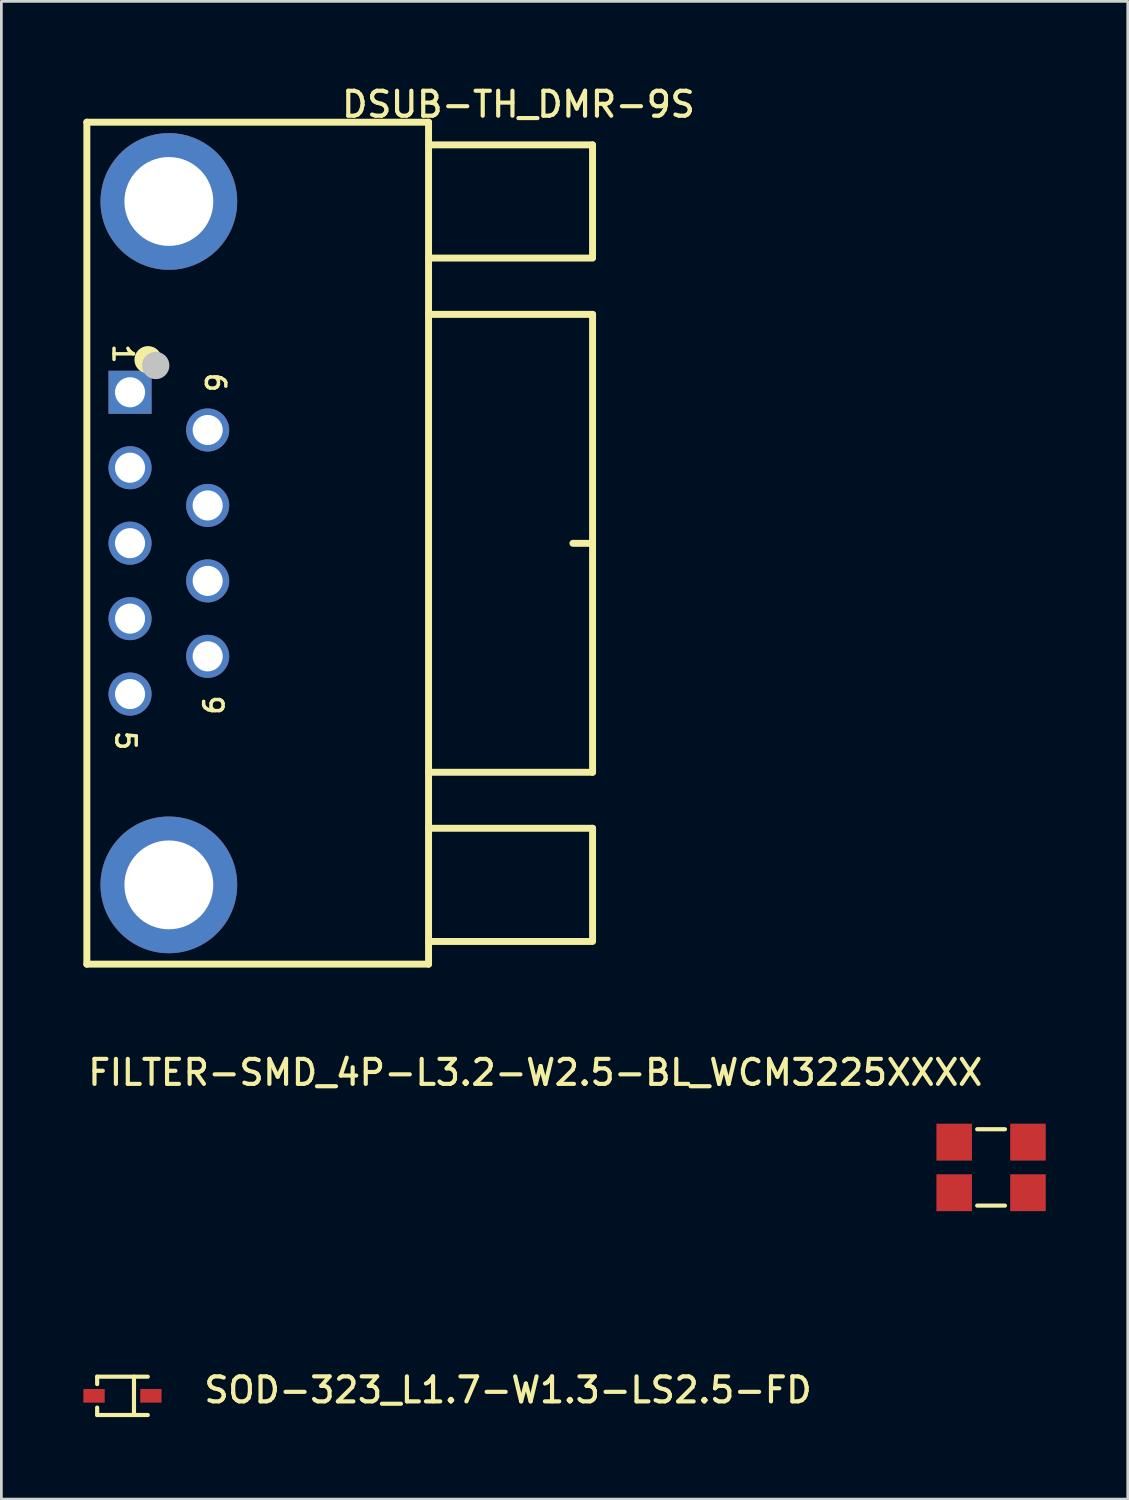
<source format=kicad_pcb>
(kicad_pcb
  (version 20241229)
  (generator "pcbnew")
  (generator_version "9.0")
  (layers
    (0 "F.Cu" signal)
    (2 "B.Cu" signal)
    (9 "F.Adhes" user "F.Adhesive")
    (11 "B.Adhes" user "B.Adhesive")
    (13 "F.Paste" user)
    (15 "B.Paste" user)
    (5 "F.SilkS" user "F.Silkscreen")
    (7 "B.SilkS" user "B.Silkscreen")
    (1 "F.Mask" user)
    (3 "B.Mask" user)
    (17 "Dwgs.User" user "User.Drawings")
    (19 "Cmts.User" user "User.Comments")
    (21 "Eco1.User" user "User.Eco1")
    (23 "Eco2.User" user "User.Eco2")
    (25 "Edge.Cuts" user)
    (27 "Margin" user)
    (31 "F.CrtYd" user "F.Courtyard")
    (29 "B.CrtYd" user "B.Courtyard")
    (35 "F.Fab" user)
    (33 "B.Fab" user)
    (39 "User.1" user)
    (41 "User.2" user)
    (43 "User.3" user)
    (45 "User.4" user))
  (footprint "DSUB-TH_DMR-9S"
    (layer "F.Cu")
    (at 3.127 16.82)
    (property "Reference" "DSUB-TH_DMR-9S" (at 6.246 -16.587 0) (layer "F.SilkS") (effects (font (size 0.914 0.914) (thickness 0.152)) (justify left top)))
    (fp_line (start -3 -15.4) (end 9.5 -15.4) (stroke (width 0.254) (type default)) (layer "F.SilkS"))
    (fp_line (start -3 15.4) (end -3 -15.4) (stroke (width 0.254) (type default)) (layer "F.SilkS"))
    (fp_line (start 9.5 -14.57) (end 15.499 -14.57) (stroke (width 0.254) (type default)) (layer "F.SilkS"))
    (fp_line (start 9.5 -15.4) (end 9.5 15.4) (stroke (width 0.254) (type default)) (layer "F.SilkS"))
    (fp_line (start 9.5 -10.43) (end 15.5 -10.43) (stroke (width 0.254) (type default)) (layer "F.SilkS"))
    (fp_line (start 9.5 -8.37) (end 15.5 -8.37) (stroke (width 0.254) (type default)) (layer "F.SilkS"))
    (fp_line (start 9.5 14.57) (end 15.5 14.57) (stroke (width 0.254) (type default)) (layer "F.SilkS"))
    (fp_line (start 9.5 15.4) (end -3 15.4) (stroke (width 0.254) (type default)) (layer "F.SilkS"))
    (fp_line (start 14.78 0.005) (end 15.48 0.005) (stroke (width 0.254) (type default)) (layer "F.SilkS"))
    (fp_line (start 15.499 -14.57) (end 15.499 -10.46) (stroke (width 0.254) (type default)) (layer "F.SilkS"))
    (fp_line (start 15.5 -8.37) (end 15.5 8.38) (stroke (width 0.254) (type default)) (layer "F.SilkS"))
    (fp_line (start 15.5 8.38) (end 9.5 8.38) (stroke (width 0.254) (type default)) (layer "F.SilkS"))
    (fp_line (start 15.5 10.43) (end 9.5 10.43) (stroke (width 0.254) (type default)) (layer "F.SilkS"))
    (fp_line (start 15.5 14.54) (end 15.5 10.43) (stroke (width 0.254) (type default)) (layer "F.SilkS"))
    (fp_circle (center -0.76 -6.71) (end -1.01 -6.71) (stroke (width 0.5) (type default)) (fill no) (layer "F.SilkS"))
    (fp_circle (center -0.48 -6.5) (end -0.73 -6.5) (stroke (width 0.5) (type default)) (fill no) (layer "Dwgs.User"))
    (fp_circle (center -1.42 -5.52) (end -1.57 -5.52) (stroke (width 0.3) (type default)) (fill no) (layer "User.4"))
    (fp_circle (center -1.42 -2.76) (end -1.57 -2.76) (stroke (width 0.3) (type default)) (fill no) (layer "User.4"))
    (fp_circle (center -1.42 0) (end -1.57 0) (stroke (width 0.3) (type default)) (fill no) (layer "User.4"))
    (fp_circle (center -1.42 2.76) (end -1.57 2.76) (stroke (width 0.3) (type default)) (fill no) (layer "User.4"))
    (fp_circle (center -1.42 5.52) (end -1.57 5.52) (stroke (width 0.3) (type default)) (fill no) (layer "User.4"))
    (fp_circle (center 1.42 -4.14) (end 1.27 -4.14) (stroke (width 0.3) (type default)) (fill no) (layer "User.4"))
    (fp_circle (center 1.42 -1.38) (end 1.27 -1.38) (stroke (width 0.3) (type default)) (fill no) (layer "User.4"))
    (fp_circle (center 1.42 1.38) (end 1.27 1.38) (stroke (width 0.3) (type default)) (fill no) (layer "User.4"))
    (fp_circle (center 1.42 4.14) (end 1.27 4.14) (stroke (width 0.3) (type default)) (fill no) (layer "User.4"))
    (fp_circle (center -2.75 -15.41) (end -2.78 -15.41) (stroke (width 0.06) (type default)) (fill no) (layer "User.5"))
    (fp_text user "9" (at 2.011 5.5 270) (unlocked yes) (layer "F.SilkS") (effects (font (size 0.711 0.711) (thickness 0.127)) (justify left top)))
    (fp_text user "1" (at -1.268 -7.349 270) (unlocked yes) (layer "F.SilkS") (effects (font (size 0.711 0.711) (thickness 0.127)) (justify left top)))
    (fp_text user "5" (at -1.166 6.799 270) (unlocked yes) (layer "F.SilkS") (effects (font (size 0.711 0.711) (thickness 0.127)) (justify left top)))
    (fp_text user "6" (at 2.111 -6.3 270) (unlocked yes) (layer "F.SilkS") (effects (font (size 0.711 0.711) (thickness 0.127)) (justify left top)))
    (pad "1" thru_hole rect (at -1.42 -5.52 90) (size 1.575 1.575) (drill 1.1) (layers "*.Cu" "*.Mask"))
    (pad "2" thru_hole oval (at -1.42 -2.76 90) (size 1.575 1.575) (drill 1.1) (layers "*.Cu" "*.Mask"))
    (pad "3" thru_hole oval (at -1.42 0 90) (size 1.575 1.575) (drill 1.1) (layers "*.Cu" "*.Mask"))
    (pad "4" thru_hole oval (at -1.42 2.76 90) (size 1.575 1.575) (drill 1.1) (layers "*.Cu" "*.Mask"))
    (pad "5" thru_hole oval (at -1.42 5.52 90) (size 1.575 1.575) (drill 1.1) (layers "*.Cu" "*.Mask"))
    (pad "6" thru_hole oval (at 1.42 -4.14 90) (size 1.575 1.575) (drill 1.1) (layers "*.Cu" "*.Mask"))
    (pad "7" thru_hole oval (at 1.42 -1.38 90) (size 1.575 1.575) (drill 1.1) (layers "*.Cu" "*.Mask"))
    (pad "8" thru_hole oval (at 1.42 1.38 90) (size 1.575 1.575) (drill 1.1) (layers "*.Cu" "*.Mask"))
    (pad "9" thru_hole oval (at 1.42 4.14 90) (size 1.575 1.575) (drill 1.1) (layers "*.Cu" "*.Mask"))
    (pad "10" thru_hole oval (at -0.0003 -12.5 90) (size 5 5) (drill 3.25) (layers "*.Cu" "*.Mask"))
    (pad "11" thru_hole oval (at -0.0003 12.5 90) (size 5 5) (drill 3.25) (layers "*.Cu" "*.Mask"))
    (zone (net_name "") (layer "User.3") (hatch edge 0.5) (priority 100) (connect_pads yes) (min_thickness 0) (filled_areas_thickness no) (fill yes) (polygon (pts (xy 0.117 32.19) (xy 17.217 32.19) (xy 17.217 27.11) (xy 16.847 26.6) (xy 12.427 26.57) (arc (start 12.427 25.959772) (mid 12.447224 25.858137) (end 12.5048 25.771972)) (arc (start 12.677 25.599772) (mid 12.754538 25.547963) (end 12.846 25.529772)) (xy 13.127 25.53) (arc (start 18.357 24.959772) (mid 18.477124 24.935878) (end 18.5789 24.867772)) (xy 18.617 24.83) (xy 18.627 24.806) (xy 18.627 24.63) (arc (start 18.627 8.908772) (mid 18.608813 8.817305) (end 18.557 8.739772)) (arc (start 18.557 8.739772) (mid 18.446204 8.665716) (end 18.3155 8.639772)) (xy 18.257 8.64) (arc (start 12.827 8.079772) (mid 12.73462 8.061397) (end 12.6563 8.009072)) (xy 12.507 7.86) (arc (start 12.4848 7.837572) (mid 12.427227 7.751409) (end 12.407 7.649772)) (xy 12.407 7.03) (xy 12.431 7.04) (xy 16.857 7.04) (xy 17.227 6.51) (xy 17.207 2.11) (xy 16.847 1.6) (xy 12.417 1.61) (xy 12.427 1.41) (xy 0.127 1.42))) (filled_polygon (layer "User.3") (island) (pts (xy 0.117 32.19) (xy 17.217 32.19) (xy 17.217 27.11) (xy 16.847 26.6) (xy 12.427 26.57) (arc (start 12.427 25.959772) (mid 12.447224 25.858137) (end 12.5048 25.771972)) (arc (start 12.677 25.599772) (mid 12.754538 25.547963) (end 12.846 25.529772)) (xy 13.127 25.53) (arc (start 18.357 24.959772) (mid 18.477124 24.935878) (end 18.5789 24.867772)) (xy 18.617 24.83) (xy 18.627 24.806) (xy 18.627 24.63) (arc (start 18.627 8.908772) (mid 18.608813 8.817305) (end 18.557 8.739772)) (arc (start 18.557 8.739772) (mid 18.446204 8.665716) (end 18.3155 8.639772)) (xy 18.257 8.64) (arc (start 12.827 8.079772) (mid 12.73462 8.061397) (end 12.6563 8.009072)) (xy 12.507 7.86) (arc (start 12.4848 7.837572) (mid 12.427227 7.751409) (end 12.407 7.649772)) (xy 12.407 7.03) (xy 12.431 7.04) (xy 16.857 7.04) (xy 17.227 6.51) (xy 17.207 2.11) (xy 16.847 1.6) (xy 12.417 1.61) (xy 12.427 1.41) (xy 0.127 1.42)))))
  (footprint "FILTER-SMD_4P-L3.2-W2.5-BL_WCM3225XXXX"
    (layer "F.Cu")
    (at 33.205 39.656)
    (property "Reference" "FILTER-SMD_4P-L3.2-W2.5-BL_WCM3225XXXX" (at -0.23 -2.937 0) (layer "F.SilkS") (effects (font (size 0.914 0.914) (thickness 0.152)) (justify right bottom)))
    (fp_line (start -0.508 -1.397) (end 0.508 -1.397) (stroke (width 0.152) (type default)) (layer "F.SilkS"))
    (fp_line (start 0.508 1.397) (end -0.508 1.397) (stroke (width 0.152) (type default)) (layer "F.SilkS"))
    (fp_circle (center -1.6 1.25) (end -1.57 1.25) (stroke (width 0.06) (type default)) (fill no) (layer "User.5"))
    (pad "1" smd rect (at -1.35 0.925 180) (size 1.3 1.35) (layers "F.Cu" "F.Mask" "F.Paste"))
    (pad "2" smd rect (at 1.35 0.925 180) (size 1.3 1.35) (layers "F.Cu" "F.Mask" "F.Paste"))
    (pad "3" smd rect (at 1.35 -0.925 180) (size 1.3 1.35) (layers "F.Cu" "F.Mask" "F.Paste"))
    (pad "4" smd rect (at -1.35 -0.925 180) (size 1.3 1.35) (layers "F.Cu" "F.Mask" "F.Paste"))
    (zone (net_name "") (layer "User.3") (hatch edge 0.5) (priority 100) (connect_pads yes) (min_thickness 0) (filled_areas_thickness no) (fill yes) (polygon (pts (xy 31.68 41.531) (xy 31.68 44.031) (xy 28.48 44.031) (xy 28.48 41.531))) (filled_polygon (layer "User.3") (island) (pts (xy 31.68 41.531) (xy 31.68 44.031) (xy 28.48 44.031) (xy 28.48 41.531))))
    (zone (net_name "") (layer "User.4") (hatch edge 0.5) (priority 100) (connect_pads yes) (min_thickness 0) (filled_areas_thickness no) (fill yes) (polygon (pts (xy 29.28 42.431) (xy 28.48 42.431) (xy 28.48 41.531) (xy 29.28 41.531))) (filled_polygon (layer "User.4") (island) (pts (xy 29.28 42.431) (xy 28.48 42.431) (xy 28.48 41.531) (xy 29.28 41.531))))
    (zone (net_name "") (layer "User.4") (hatch edge 0.5) (priority 100) (connect_pads yes) (min_thickness 0) (filled_areas_thickness no) (fill yes) (polygon (pts (xy 29.28 44.031) (xy 28.48 44.031) (xy 28.48 43.131) (xy 29.28 43.131))) (filled_polygon (layer "User.4") (island) (pts (xy 29.28 44.031) (xy 28.48 44.031) (xy 28.48 43.131) (xy 29.28 43.131))))
    (zone (net_name "") (layer "User.4") (hatch edge 0.5) (priority 100) (connect_pads yes) (min_thickness 0) (filled_areas_thickness no) (fill yes) (polygon (pts (xy 30.88 41.531) (xy 31.68 41.531) (xy 31.68 42.431) (xy 30.88 42.431))) (filled_polygon (layer "User.4") (island) (pts (xy 30.88 41.531) (xy 31.68 41.531) (xy 31.68 42.431) (xy 30.88 42.431))))
    (zone (net_name "") (layer "User.4") (hatch edge 0.5) (priority 100) (connect_pads yes) (min_thickness 0) (filled_areas_thickness no) (fill yes) (polygon (pts (xy 31.68 44.031) (xy 30.88 44.031) (xy 30.88 43.131) (xy 31.68 43.131))) (filled_polygon (layer "User.4") (island) (pts (xy 31.68 44.031) (xy 30.88 44.031) (xy 30.88 43.131) (xy 31.68 43.131)))))
  (footprint "SOD-323_L1.7-W1.3-LS2.5-FD"
    (layer "F.Cu")
    (at 1.43 48.012)
    (property "Reference" "SOD-323_L1.7-W1.3-LS2.5-FD" (at 2.906 -0.748 0) (layer "F.SilkS") (effects (font (size 0.914 0.914) (thickness 0.152)) (justify left top)))
    (fp_line (start -0.926 -0.701) (end -0.926 -0.43) (stroke (width 0.152) (type default)) (layer "F.SilkS"))
    (fp_line (start -0.926 -0.701) (end 0.926 -0.701) (stroke (width 0.152) (type default)) (layer "F.SilkS"))
    (fp_line (start -0.926 0.43) (end -0.926 0.701) (stroke (width 0.152) (type default)) (layer "F.SilkS"))
    (fp_line (start -0.926 0.701) (end 0.926 0.701) (stroke (width 0.152) (type default)) (layer "F.SilkS"))
    (fp_line (start 0.421 -0.701) (end 0.421 0.701) (stroke (width 0.152) (type default)) (layer "F.SilkS"))
    (fp_circle (center -1.25 0.625) (end -1.22 0.625) (stroke (width 0.06) (type default)) (fill no) (layer "User.5"))
    (pad "1" smd rect (at -1.04 0) (size 0.78 0.5) (layers "F.Cu" "F.Mask" "F.Paste"))
    (pad "2" smd rect (at 1.04 0) (size 0.78 0.5) (layers "F.Cu" "F.Mask" "F.Paste"))
    (zone (net_name "") (layer "F.SilkS") (hatch edge 0.5) (priority 100) (connect_pads yes) (min_thickness 0) (filled_areas_thickness no) (fill) (polygon (pts (xy 2.28 47.692) (xy 2.585 47.692) (xy 2.585 47.234) (xy 2.28 47.234))) (filled_polygon (layer "F.SilkS") (island) (pts (xy 2.28 47.692) (xy 2.585 47.692) (xy 2.585 47.234) (xy 2.28 47.234))))
    (zone (net_name "") (layer "F.SilkS") (hatch edge 0.5) (priority 100) (connect_pads yes) (min_thickness 0) (filled_areas_thickness no) (fill) (polygon (pts (xy 2.28 48.332) (xy 2.585 48.332) (xy 2.585 48.789) (xy 2.28 48.789))) (filled_polygon (layer "F.SilkS") (island) (pts (xy 2.28 48.332) (xy 2.585 48.332) (xy 2.585 48.789) (xy 2.28 48.789))))
    (zone (net_name "") (layer "Dwgs.User") (hatch edge 0.5) (priority 100) (connect_pads yes) (min_thickness 0) (filled_areas_thickness no) (fill yes) (polygon (pts (xy 0.316 48.095) (xy 0.316 47.945) (xy 0.916 47.945) (xy 0.916 48.095))) (filled_polygon (layer "Dwgs.User") (island) (pts (xy 0.316 48.095) (xy 0.316 47.945) (xy 0.916 47.945) (xy 0.916 48.095))))
    (zone (net_name "") (layer "Dwgs.User") (hatch edge 0.5) (priority 100) (connect_pads yes) (min_thickness 0) (filled_areas_thickness no) (fill yes) (polygon (pts (xy 0.541 48.52) (xy 0.541 47.52) (xy 0.691 47.52) (xy 0.691 48.52))) (filled_polygon (layer "Dwgs.User") (island) (pts (xy 0.541 48.52) (xy 0.541 47.52) (xy 0.691 47.52) (xy 0.691 48.52))))
    (zone (net_name "") (layer "Dwgs.User") (hatch edge 0.5) (priority 100) (connect_pads yes) (min_thickness 0) (filled_areas_thickness no) (fill yes) (polygon (pts (xy 2.746 48.087) (xy 2.746 47.937) (xy 2.146 47.937) (xy 2.146 48.087))) (filled_polygon (layer "Dwgs.User") (island) (pts (xy 2.746 48.087) (xy 2.746 47.937) (xy 2.146 47.937) (xy 2.146 48.087))))
    (zone (net_name "") (layer "User.3") (hatch edge 0.5) (priority 100) (connect_pads yes) (min_thickness 0) (filled_areas_thickness no) (fill yes) (polygon (pts (xy 0.58 48.637) (xy 2.28 48.637) (xy 2.28 47.387) (xy 0.58 47.387))) (filled_polygon (layer "User.3") (island) (pts (xy 0.58 48.637) (xy 2.28 48.637) (xy 2.28 47.387) (xy 0.58 47.387))))
    (zone (net_name "") (layer "User.4") (hatch edge 0.5) (priority 100) (connect_pads yes) (min_thickness 0) (filled_areas_thickness no) (fill yes) (polygon (pts (xy 0.18 48.172) (xy 0.48 48.172) (xy 0.48 47.852) (xy 0.18 47.852))) (filled_polygon (layer "User.4") (island) (pts (xy 0.18 48.172) (xy 0.48 48.172) (xy 0.48 47.852) (xy 0.18 47.852))))
    (zone (net_name "") (layer "User.4") (hatch edge 0.5) (priority 100) (connect_pads) (min_thickness 0) (filled_areas_thickness no) (keepout (tracks allowed) (vias allowed) (pads allowed) (copperpour not_allowed) (footprints allowed)) (placement (enabled no)) (fill) (polygon (pts (xy 0.47 48.172) (xy 0.59 48.172) (xy 0.59 47.852) (xy 0.47 47.852))))
    (zone (net_name "") (layer "User.4") (hatch edge 0.5) (priority 100) (connect_pads) (min_thickness 0) (filled_areas_thickness no) (keepout (tracks allowed) (vias allowed) (pads allowed) (copperpour not_allowed) (footprints allowed)) (placement (enabled no)) (fill) (polygon (pts (xy 2.39 48.172) (xy 2.27 48.172) (xy 2.27 47.852) (xy 2.39 47.852))))
    (zone (net_name "") (layer "User.4") (hatch edge 0.5) (priority 100) (connect_pads yes) (min_thickness 0) (filled_areas_thickness no) (fill yes) (polygon (pts (xy 2.68 48.172) (xy 2.38 48.172) (xy 2.38 47.852) (xy 2.68 47.852))) (filled_polygon (layer "User.4") (island) (pts (xy 2.68 48.172) (xy 2.38 48.172) (xy 2.38 47.852) (xy 2.68 47.852)))))
  (gr_rect
    (start -3 -3)
    (end 38.205 51.789)
    (stroke (width 0.1) (type default))
    (fill no)
    (layer "Edge.Cuts")))
</source>
